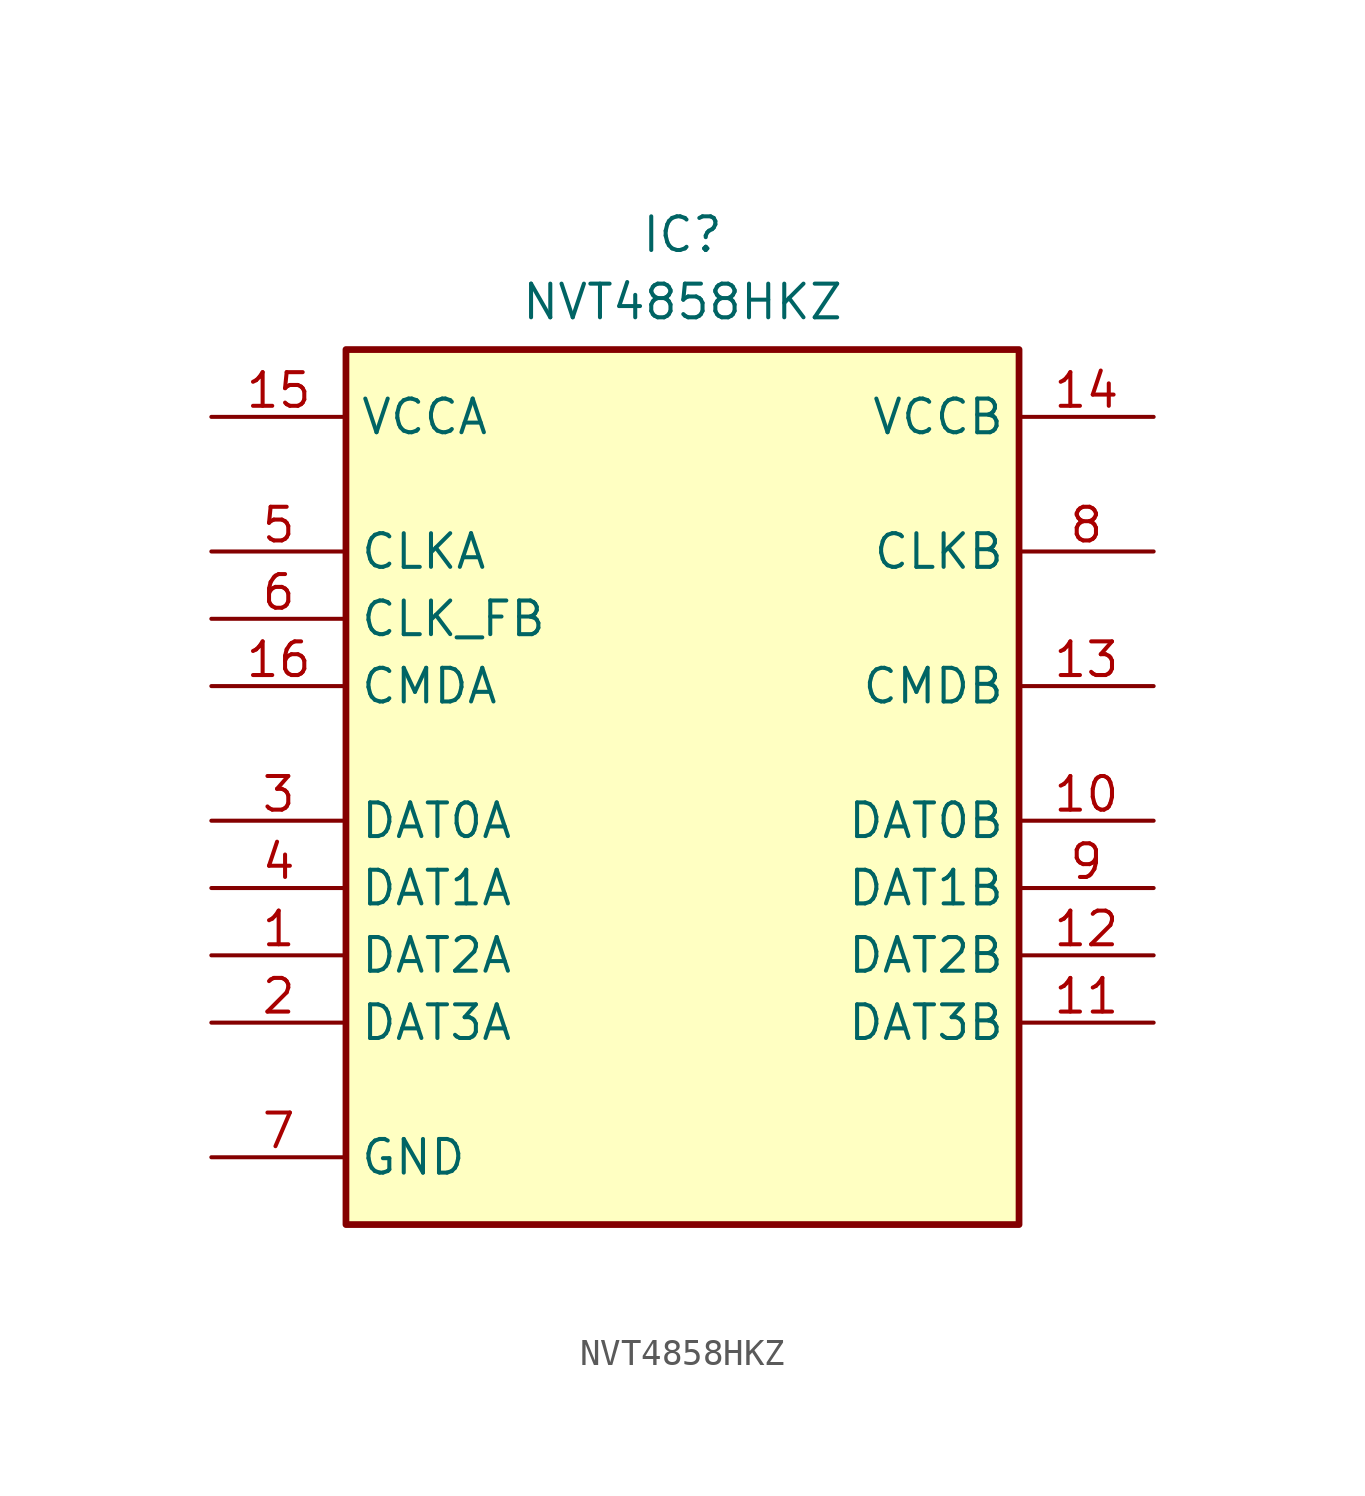
<source format=kicad_sym>
(kicad_symbol_lib
  (version 20220914)
  (generator kicad_symbol_editor)
  (symbol "NVT4858HKZ"
    (property "Reference" "IC"
      (at 0 20.32 0)
      (effects (font (size 1.27 1.27)) (justify top)))
    (property "Value" "NVT4858HKZ"
      (at 0 17.78 0)
      (effects (font (size 1.27 1.27)) (justify top)))
    (symbol "NVT4858HKZ_1_1"
      (rectangle (start -12.7 15.24) (end 12.7 -17.78) (stroke (width 0.254) (type default)) (fill (type background)))
      (pin passive line (at -17.78 -7.62 0) (length 5.08) (name "DAT2A" (effects (font (size 1.27 1.27)))) (number "1" (effects (font (size 1.27 1.27)))))
      (pin passive line (at 17.78 -2.54 180) (length 5.08) (name "DAT0B" (effects (font (size 1.27 1.27)))) (number "10" (effects (font (size 1.27 1.27)))))
      (pin passive line (at 17.78 -10.16 180) (length 5.08) (name "DAT3B" (effects (font (size 1.27 1.27)))) (number "11" (effects (font (size 1.27 1.27)))))
      (pin passive line (at 17.78 -7.62 180) (length 5.08) (name "DAT2B" (effects (font (size 1.27 1.27)))) (number "12" (effects (font (size 1.27 1.27)))))
      (pin passive line (at 17.78 2.54 180) (length 5.08) (name "CMDB" (effects (font (size 1.27 1.27)))) (number "13" (effects (font (size 1.27 1.27)))))
      (pin passive line (at 17.78 12.7 180) (length 5.08) (name "VCCB" (effects (font (size 1.27 1.27)))) (number "14" (effects (font (size 1.27 1.27)))))
      (pin passive line (at -17.78 12.7 0) (length 5.08) (name "VCCA" (effects (font (size 1.27 1.27)))) (number "15" (effects (font (size 1.27 1.27)))))
      (pin passive line (at -17.78 2.54 0) (length 5.08) (name "CMDA" (effects (font (size 1.27 1.27)))) (number "16" (effects (font (size 1.27 1.27)))))
      (pin passive line (at -17.78 -10.16 0) (length 5.08) (name "DAT3A" (effects (font (size 1.27 1.27)))) (number "2" (effects (font (size 1.27 1.27)))))
      (pin passive line (at -17.78 -2.54 0) (length 5.08) (name "DAT0A" (effects (font (size 1.27 1.27)))) (number "3" (effects (font (size 1.27 1.27)))))
      (pin passive line (at -17.78 -5.08 0) (length 5.08) (name "DAT1A" (effects (font (size 1.27 1.27)))) (number "4" (effects (font (size 1.27 1.27)))))
      (pin passive line (at -17.78 7.62 0) (length 5.08) (name "CLKA" (effects (font (size 1.27 1.27)))) (number "5" (effects (font (size 1.27 1.27)))))
      (pin passive line (at -17.78 5.08 0) (length 5.08) (name "CLK_FB" (effects (font (size 1.27 1.27)))) (number "6" (effects (font (size 1.27 1.27)))))
      (pin passive line (at -17.78 -15.24 0) (length 5.08) (name "GND" (effects (font (size 1.27 1.27)))) (number "7" (effects (font (size 1.27 1.27)))))
      (pin passive line (at 17.78 7.62 180) (length 5.08) (name "CLKB" (effects (font (size 1.27 1.27)))) (number "8" (effects (font (size 1.27 1.27)))))
      (pin passive line (at 17.78 -5.08 180) (length 5.08) (name "DAT1B" (effects (font (size 1.27 1.27)))) (number "9" (effects (font (size 1.27 1.27))))))))
</source>
